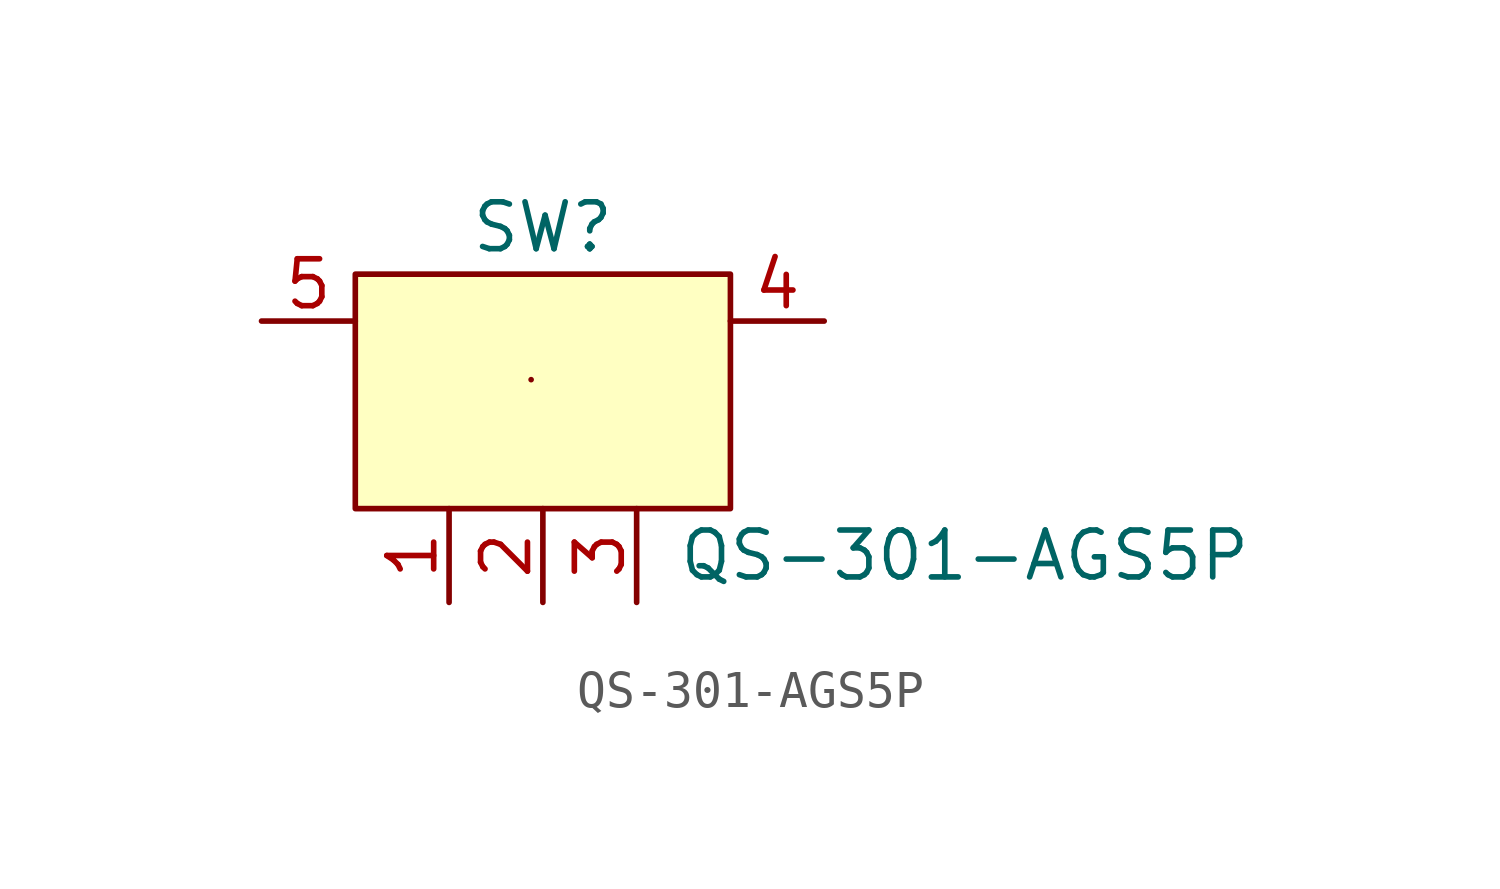
<source format=kicad_sym>
(kicad_symbol_lib
  (version 20241209)
  (generator "kicad_symbol_editor")
  (generator_version "9.0")
  (symbol "QS-301-AGS5P"
    (pin_names
      (hide yes))
    (property "Reference" "SW"
      (at 0 2.54 0)
      (effects (font (size 1.27 1.27))))
    (property "Value" "QS-301-AGS5P"
      (at 11.43 -6.35 0)
      (effects (font (size 1.27 1.27))))
    (symbol "QS-301-AGS5P_0_1"
      (polyline (pts (xy -0.318 -1.587) (xy -0.318 -1.587)) (stroke (width 0) (type default)) (fill (type none))))
    (symbol "QS-301-AGS5P_1_1"
      (rectangle (start -5.08 1.27) (end 5.08 -5.08) (stroke (width 0) (type default)) (fill (type background)))
      (pin input line (at -7.62 0 0) (length 2.54) (name "5" (effects (font (size 1.27 1.27)))) (number "5" (effects (font (size 1.27 1.27)))))
      (pin input line (at -2.54 -7.62 90) (length 2.54) (name "1" (effects (font (size 1.27 1.27)))) (number "1" (effects (font (size 1.27 1.27)))))
      (pin input line (at 0 -7.62 90) (length 2.54) (name "2" (effects (font (size 1.27 1.27)))) (number "2" (effects (font (size 1.27 1.27)))))
      (pin input line (at 2.54 -7.62 90) (length 2.54) (name "3" (effects (font (size 1.27 1.27)))) (number "3" (effects (font (size 1.27 1.27)))))
      (pin input line (at 7.62 0 180) (length 2.54) (name "4" (effects (font (size 1.27 1.27)))) (number "4" (effects (font (size 1.27 1.27))))))))
</source>
